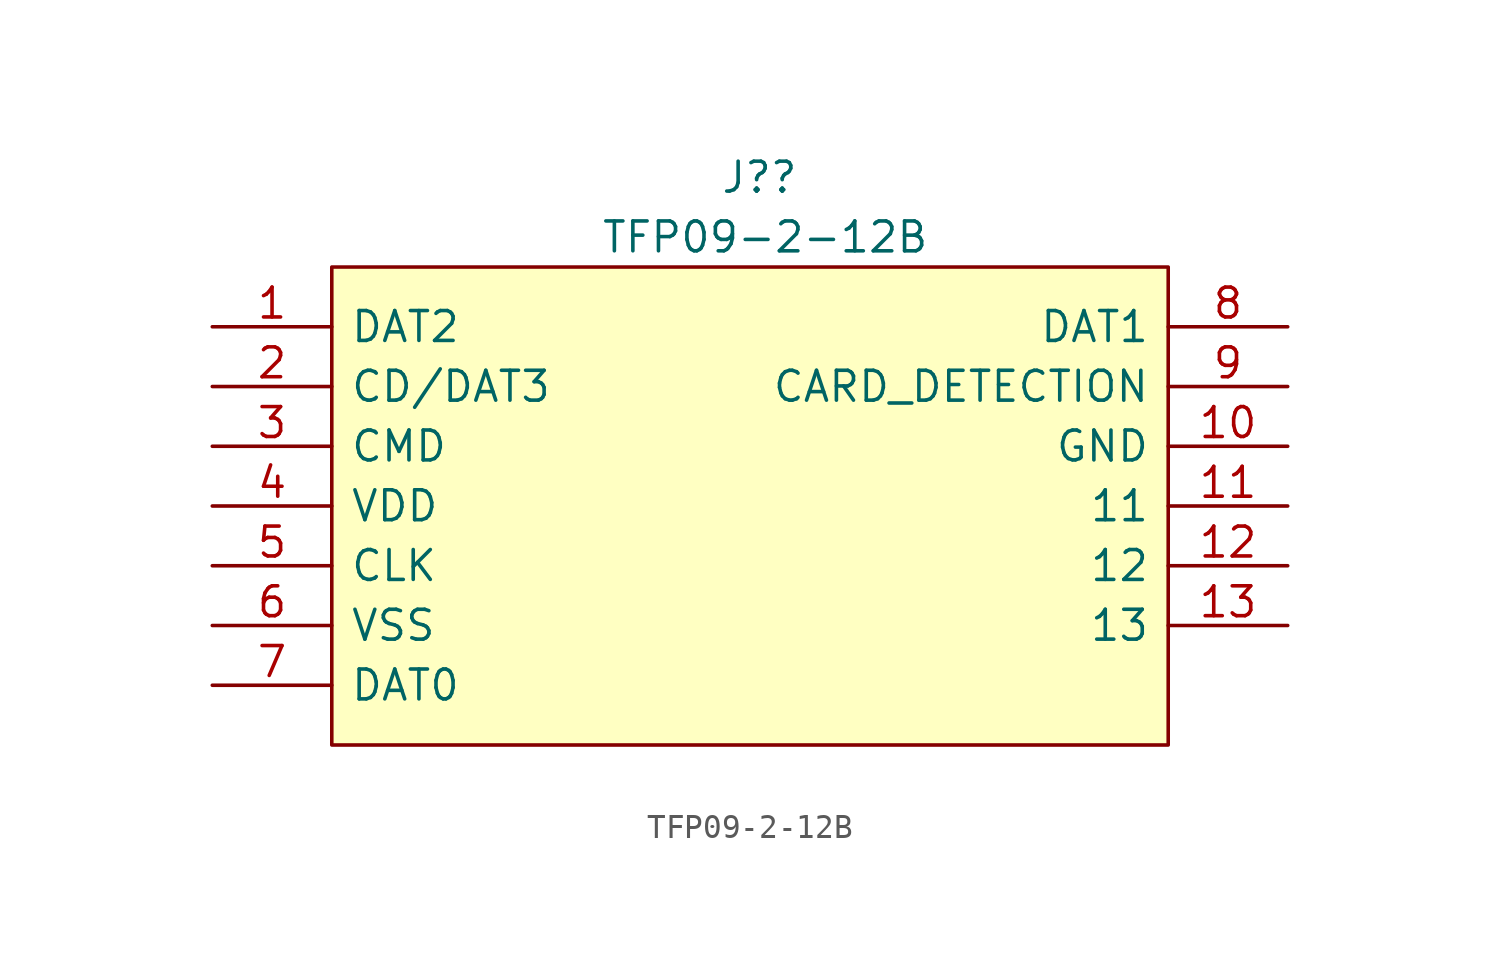
<source format=kicad_sym>
(kicad_symbol_lib
  (version 20211014)
  (generator kicad_symbol_editor)
  (symbol "TFP09-2-12B"
    (pin_names
      (offset 0.762))
    (property "Reference" "J?"
      (at 21.59 6.35 0)
      (effects (font (size 1.27 1.27)) (justify left)))
    (property "Value" "TFP09-2-12B"
      (at 16.51 3.81 0)
      (effects (font (size 1.27 1.27)) (justify left)))
    (symbol "TFP09-2-12B_0_0"
      (pin passive line (at 0 0 0) (length 5.08) (name "DAT2" (effects (font (size 1.27 1.27)))) (number "1" (effects (font (size 1.27 1.27)))))
      (pin passive line (at 45.72 -5.08 180) (length 5.08) (name "GND" (effects (font (size 1.27 1.27)))) (number "10" (effects (font (size 1.27 1.27)))))
      (pin passive line (at 45.72 -7.62 180) (length 5.08) (name "11" (effects (font (size 1.27 1.27)))) (number "11" (effects (font (size 1.27 1.27)))))
      (pin passive line (at 45.72 -10.16 180) (length 5.08) (name "12" (effects (font (size 1.27 1.27)))) (number "12" (effects (font (size 1.27 1.27)))))
      (pin passive line (at 45.72 -12.7 180) (length 5.08) (name "13" (effects (font (size 1.27 1.27)))) (number "13" (effects (font (size 1.27 1.27)))))
      (pin passive line (at 0 -2.54 0) (length 5.08) (name "CD/DAT3" (effects (font (size 1.27 1.27)))) (number "2" (effects (font (size 1.27 1.27)))))
      (pin passive line (at 0 -5.08 0) (length 5.08) (name "CMD" (effects (font (size 1.27 1.27)))) (number "3" (effects (font (size 1.27 1.27)))))
      (pin passive line (at 0 -7.62 0) (length 5.08) (name "VDD" (effects (font (size 1.27 1.27)))) (number "4" (effects (font (size 1.27 1.27)))))
      (pin passive line (at 0 -10.16 0) (length 5.08) (name "CLK" (effects (font (size 1.27 1.27)))) (number "5" (effects (font (size 1.27 1.27)))))
      (pin passive line (at 0 -12.7 0) (length 5.08) (name "VSS" (effects (font (size 1.27 1.27)))) (number "6" (effects (font (size 1.27 1.27)))))
      (pin passive line (at 0 -15.24 0) (length 5.08) (name "DAT0" (effects (font (size 1.27 1.27)))) (number "7" (effects (font (size 1.27 1.27)))))
      (pin passive line (at 45.72 0 180) (length 5.08) (name "DAT1" (effects (font (size 1.27 1.27)))) (number "8" (effects (font (size 1.27 1.27)))))
      (pin passive line (at 45.72 -2.54 180) (length 5.08) (name "CARD_DETECTION" (effects (font (size 1.27 1.27)))) (number "9" (effects (font (size 1.27 1.27))))))
    (symbol "TFP09-2-12B_0_1"
      (polyline (pts (xy 5.08 2.54) (xy 40.64 2.54) (xy 40.64 -17.78) (xy 5.08 -17.78) (xy 5.08 2.54)) (stroke (width 0.152) (type default) (color 0 0 0 0)) (fill (type background))))))
</source>
